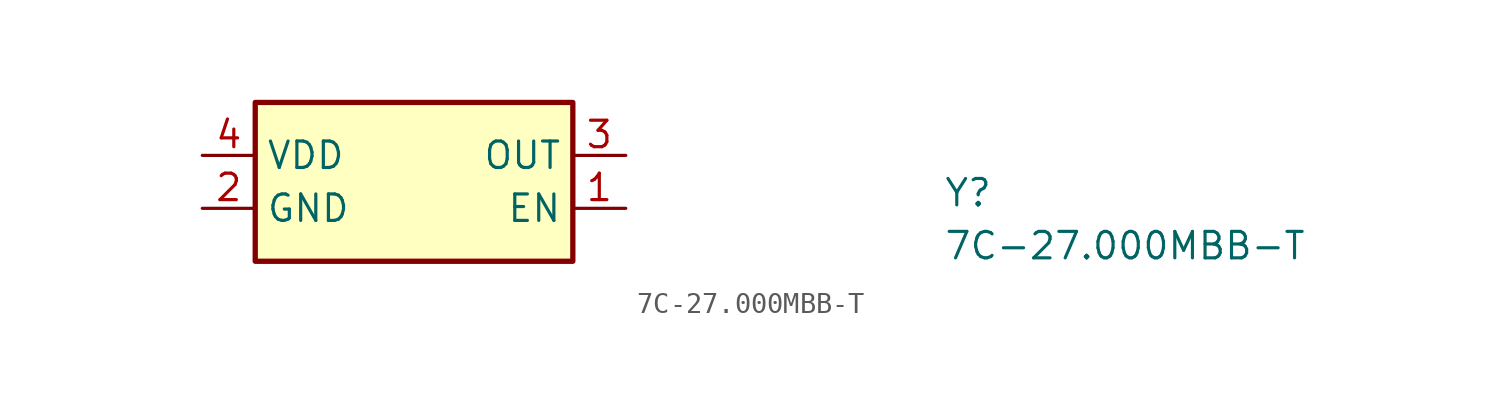
<source format=kicad_sym>
(kicad_symbol_lib
  (version 20211014)
  (generator kicad_symbol_editor)
  (symbol "7C-27.000MBB-T"
    (property "Reference" "Y"
      (at 35.56 -2.54 0)
      (effects (font (size 1.27 1.27) (thickness 0.15)) (justify left bottom)))
    (property "Value" "7C-27.000MBB-T"
      (at 35.56 -5.08 0)
      (effects (font (size 1.27 1.27) (thickness 0.15)) (justify left bottom)))
    (symbol "7C-27.000MBB-T_1_1"
      (rectangle (start 2.54 2.54) (end 17.78 -5.08) (stroke (width 0.254) (type default) (color 0 0 0 0)) (fill (type background)))
      (pin input line (at 20.32 -2.54 180) (length 2.54) (name "EN" (effects (font (size 1.27 1.27)))) (number "1" (effects (font (size 1.27 1.27)))))
      (pin power_in line (at 0 -2.54 0) (length 2.54) (name "GND" (effects (font (size 1.27 1.27)))) (number "2" (effects (font (size 1.27 1.27)))))
      (pin output line (at 20.32 0 180) (length 2.54) (name "OUT" (effects (font (size 1.27 1.27)))) (number "3" (effects (font (size 1.27 1.27)))))
      (pin power_in line (at 0 0 0) (length 2.54) (name "VDD" (effects (font (size 1.27 1.27)))) (number "4" (effects (font (size 1.27 1.27))))))))
</source>
